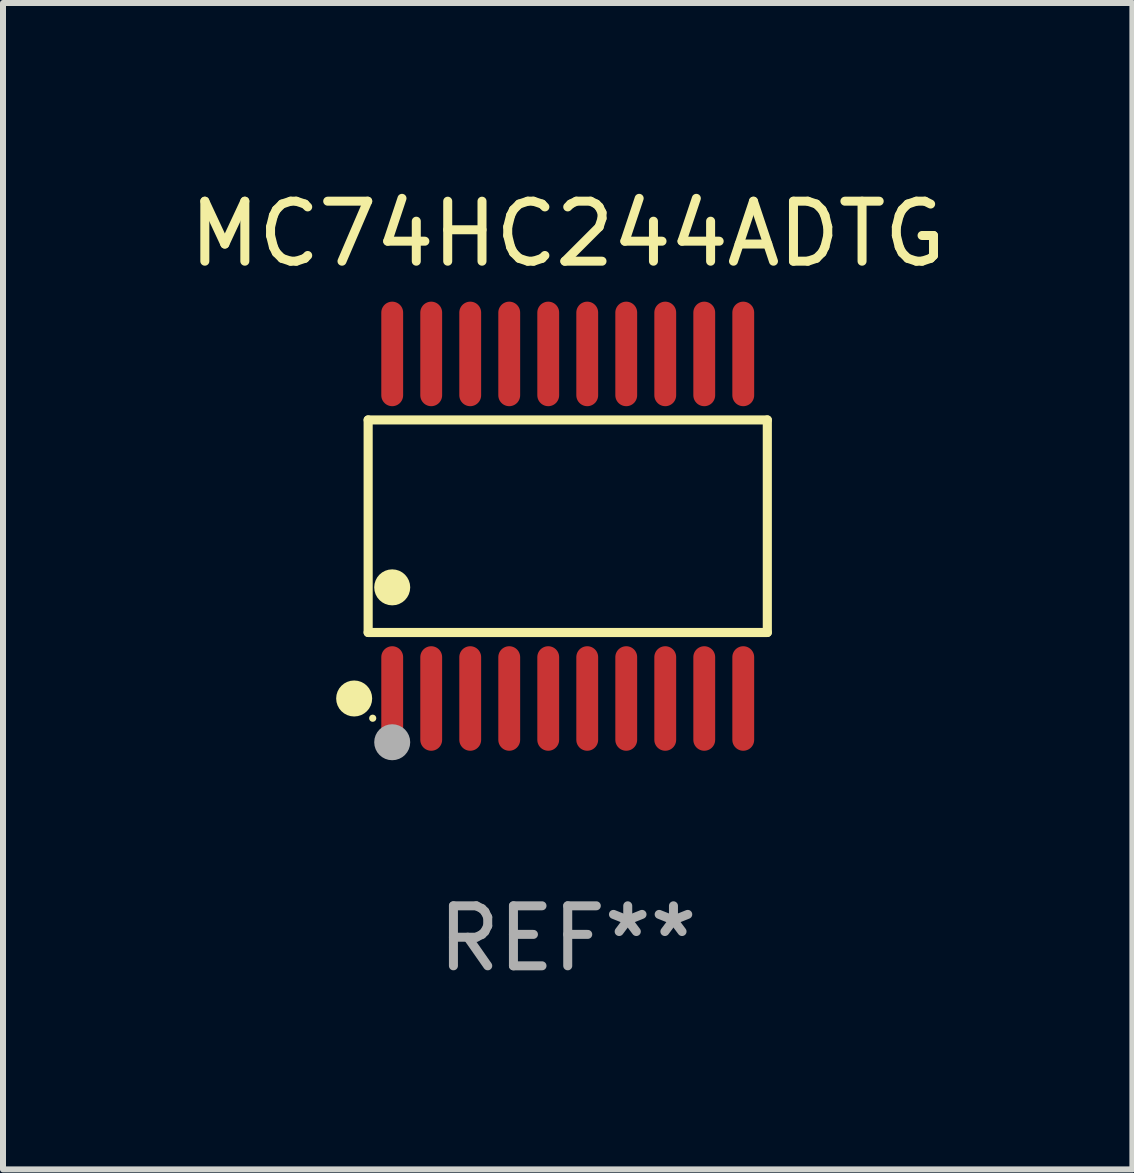
<source format=kicad_pcb>
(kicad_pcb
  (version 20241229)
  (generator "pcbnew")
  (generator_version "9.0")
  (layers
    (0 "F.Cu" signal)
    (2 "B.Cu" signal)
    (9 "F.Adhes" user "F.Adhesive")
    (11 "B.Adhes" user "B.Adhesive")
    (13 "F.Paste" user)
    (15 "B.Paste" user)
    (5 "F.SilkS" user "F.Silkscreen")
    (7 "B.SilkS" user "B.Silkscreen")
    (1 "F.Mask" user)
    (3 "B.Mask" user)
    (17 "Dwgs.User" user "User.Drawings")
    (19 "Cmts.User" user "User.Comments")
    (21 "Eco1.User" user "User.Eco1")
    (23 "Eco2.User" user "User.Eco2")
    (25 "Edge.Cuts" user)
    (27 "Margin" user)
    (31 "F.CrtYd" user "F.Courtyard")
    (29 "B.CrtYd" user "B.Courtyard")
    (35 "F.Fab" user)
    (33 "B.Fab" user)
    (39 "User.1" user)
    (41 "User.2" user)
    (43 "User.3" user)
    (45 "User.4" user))
  (footprint "MC74HC244ADTG"
    (layer "F.Cu")
    (at 6.411 5.719)
    (property "Reference" "MC74HC244ADTG" (at 0 -4.871 0) (layer "F.SilkS") (effects (font (size 1 1) (thickness 0.15))))
    (attr through_hole)
    (fp_line (start -3.326 -1.771) (end 3.326 -1.771) (stroke (width 0.152) (type solid)) (layer "F.SilkS"))
    (fp_line (start -3.326 1.771) (end -3.326 -1.771) (stroke (width 0.152) (type solid)) (layer "F.SilkS"))
    (fp_line (start 3.326 -1.771) (end 3.326 1.771) (stroke (width 0.152) (type solid)) (layer "F.SilkS"))
    (fp_line (start 3.326 1.771) (end -3.326 1.771) (stroke (width 0.152) (type solid)) (layer "F.SilkS"))
    (fp_circle (center -3.559 2.871) (end -3.409 2.871) (stroke (width 0.3) (type solid)) (fill no) (layer "F.SilkS"))
    (fp_circle (center -3.25 3.2) (end -3.22 3.2) (stroke (width 0.06) (type solid)) (fill no) (layer "F.SilkS"))
    (fp_circle (center -2.925 1.019) (end -2.775 1.019) (stroke (width 0.3) (type solid)) (fill no) (layer "F.SilkS"))
    (fp_circle (center -2.925 3.6) (end -2.775 3.6) (stroke (width 0.3) (type solid)) (fill no) (layer "F.Fab"))
    (fp_text user "REF**" (at 0 6.871 0) (layer "F.Fab") (effects (font (size 1 1) (thickness 0.15))))
    (pad "1" smd oval (at -2.925 2.871) (size 0.364 1.742) (layers "F.Cu" "F.Mask" "F.Paste"))
    (pad "2" smd oval (at -2.275 2.871) (size 0.364 1.742) (layers "F.Cu" "F.Mask" "F.Paste"))
    (pad "3" smd oval (at -1.625 2.871) (size 0.364 1.742) (layers "F.Cu" "F.Mask" "F.Paste"))
    (pad "4" smd oval (at -0.975 2.871) (size 0.364 1.742) (layers "F.Cu" "F.Mask" "F.Paste"))
    (pad "5" smd oval (at -0.325 2.871) (size 0.364 1.742) (layers "F.Cu" "F.Mask" "F.Paste"))
    (pad "6" smd oval (at 0.325 2.871) (size 0.364 1.742) (layers "F.Cu" "F.Mask" "F.Paste"))
    (pad "7" smd oval (at 0.975 2.871) (size 0.364 1.742) (layers "F.Cu" "F.Mask" "F.Paste"))
    (pad "8" smd oval (at 1.625 2.871) (size 0.364 1.742) (layers "F.Cu" "F.Mask" "F.Paste"))
    (pad "9" smd oval (at 2.275 2.871) (size 0.364 1.742) (layers "F.Cu" "F.Mask" "F.Paste"))
    (pad "10" smd oval (at 2.925 2.871) (size 0.364 1.742) (layers "F.Cu" "F.Mask" "F.Paste"))
    (pad "11" smd oval (at 2.925 -2.871) (size 0.364 1.742) (layers "F.Cu" "F.Mask" "F.Paste"))
    (pad "12" smd oval (at 2.275 -2.871) (size 0.364 1.742) (layers "F.Cu" "F.Mask" "F.Paste"))
    (pad "13" smd oval (at 1.625 -2.871) (size 0.364 1.742) (layers "F.Cu" "F.Mask" "F.Paste"))
    (pad "14" smd oval (at 0.975 -2.871) (size 0.364 1.742) (layers "F.Cu" "F.Mask" "F.Paste"))
    (pad "15" smd oval (at 0.325 -2.871) (size 0.364 1.742) (layers "F.Cu" "F.Mask" "F.Paste"))
    (pad "16" smd oval (at -0.325 -2.871) (size 0.364 1.742) (layers "F.Cu" "F.Mask" "F.Paste"))
    (pad "17" smd oval (at -0.975 -2.871) (size 0.364 1.742) (layers "F.Cu" "F.Mask" "F.Paste"))
    (pad "18" smd oval (at -1.625 -2.871) (size 0.364 1.742) (layers "F.Cu" "F.Mask" "F.Paste"))
    (pad "19" smd oval (at -2.275 -2.871) (size 0.364 1.742) (layers "F.Cu" "F.Mask" "F.Paste"))
    (pad "20" smd oval (at -2.925 -2.871) (size 0.364 1.742) (layers "F.Cu" "F.Mask" "F.Paste")))
  (gr_rect
    (start -3 -3)
    (end 15.821 16.438)
    (stroke (width 0.1) (type default))
    (fill no)
    (layer "Edge.Cuts")))
</source>
